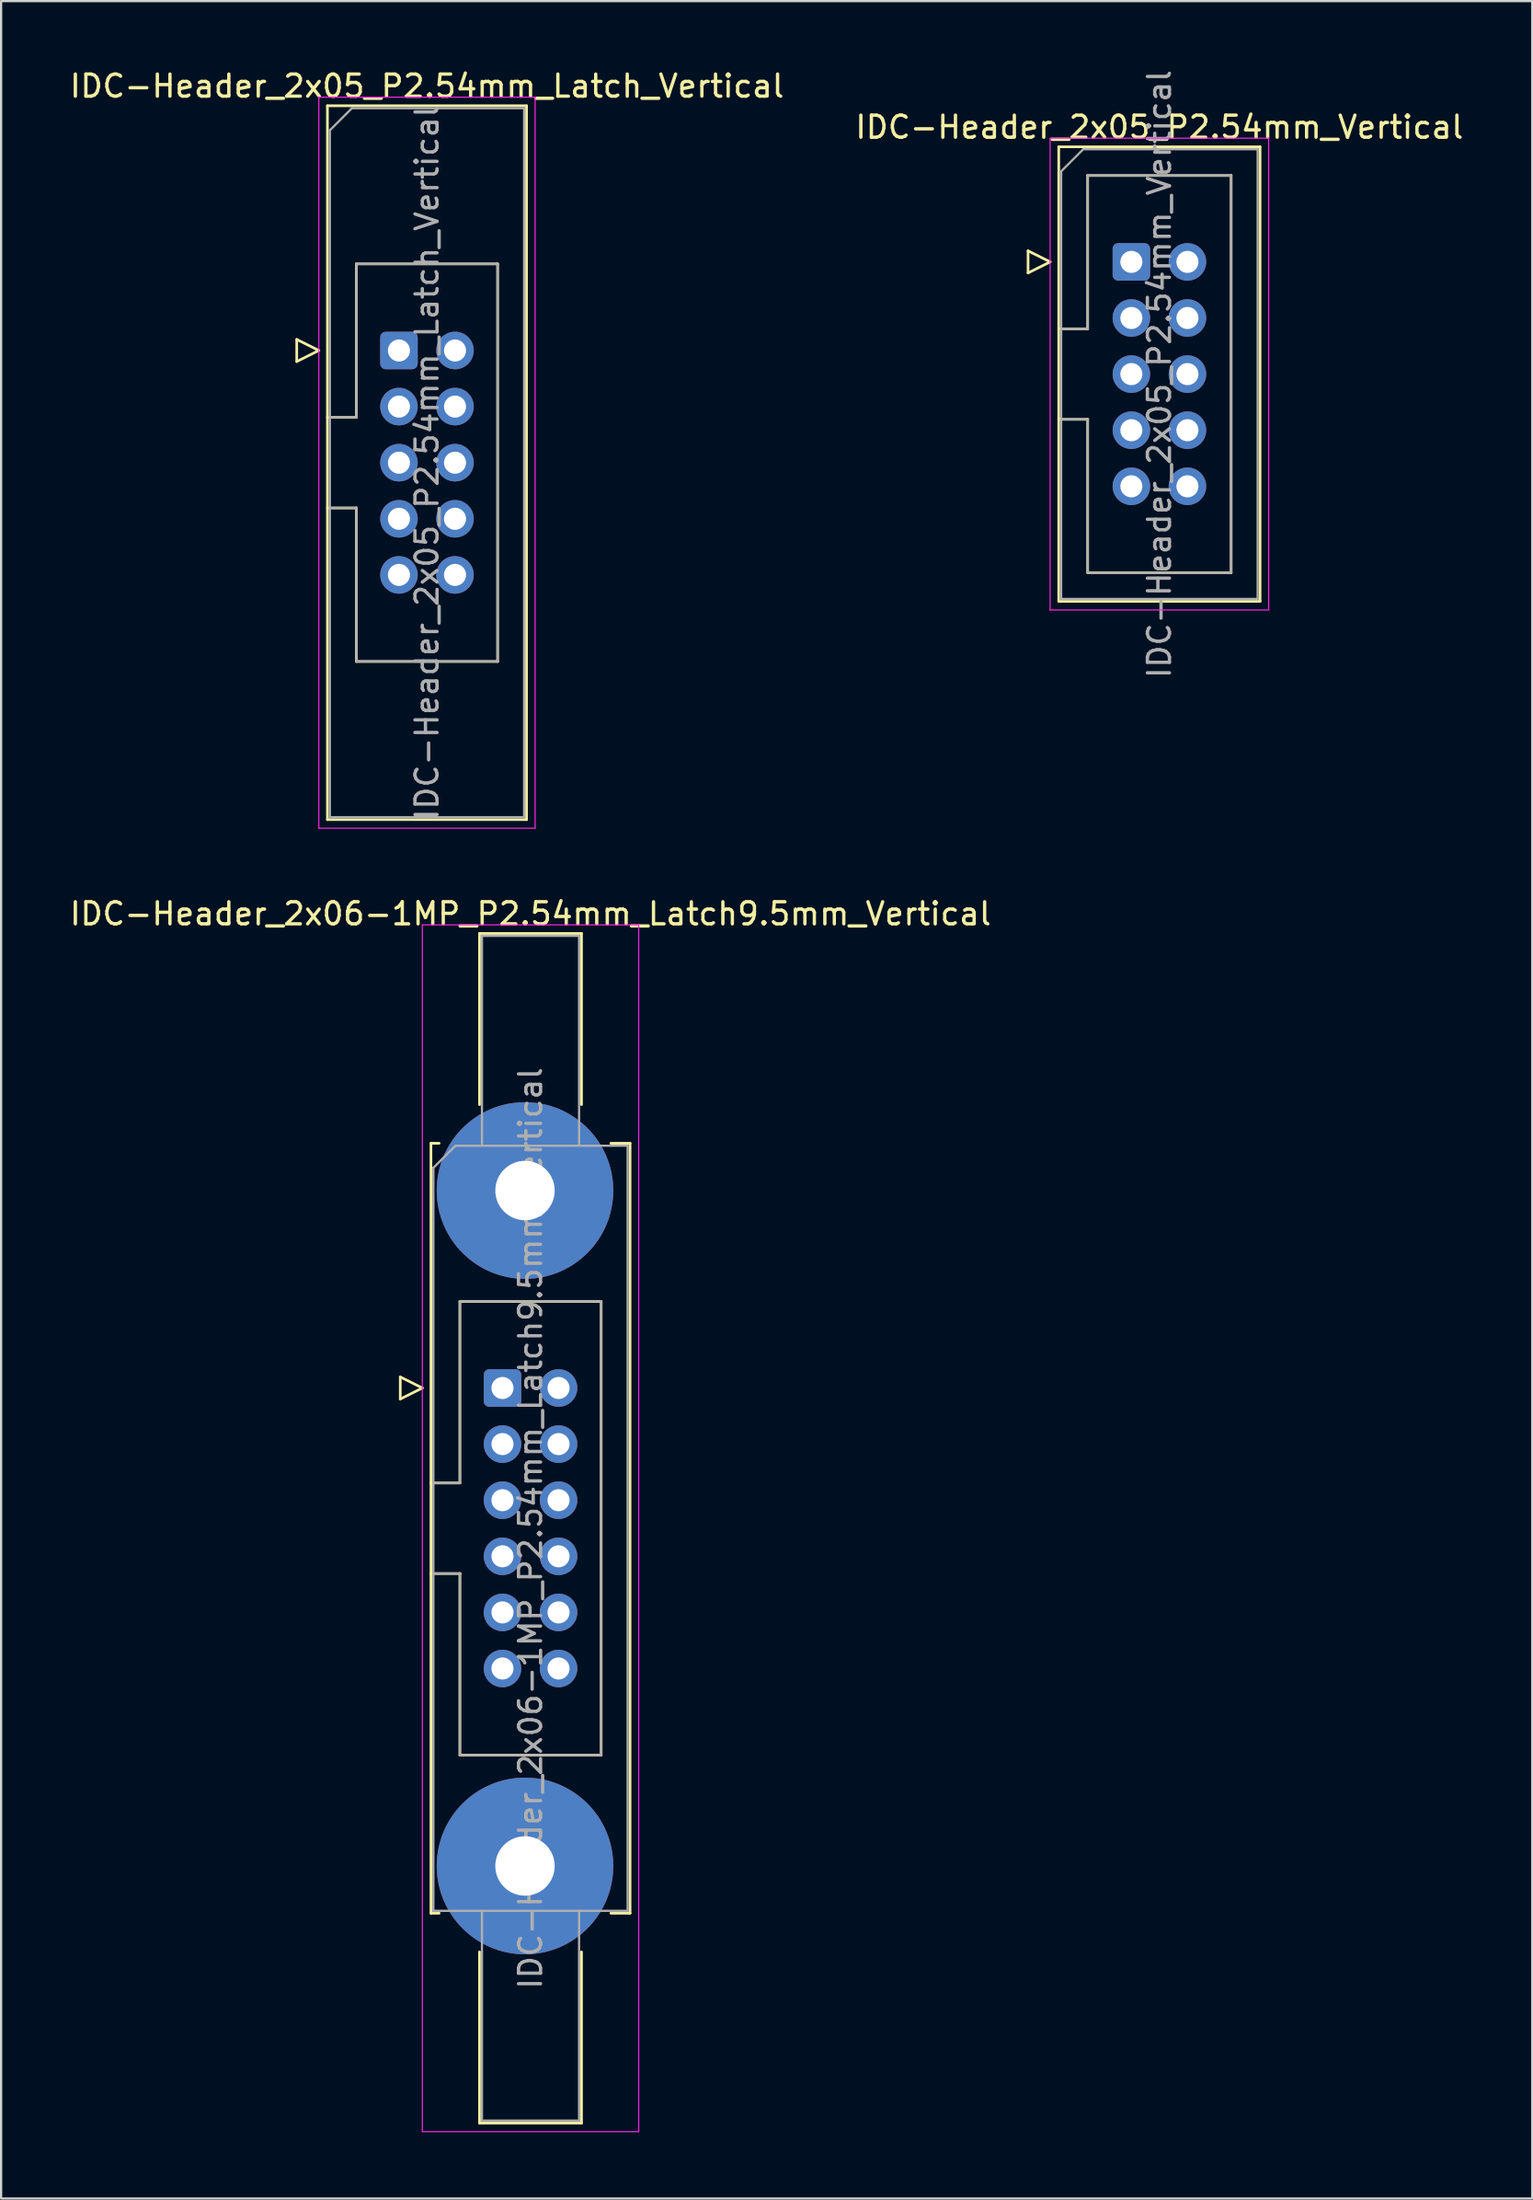
<source format=kicad_pcb>
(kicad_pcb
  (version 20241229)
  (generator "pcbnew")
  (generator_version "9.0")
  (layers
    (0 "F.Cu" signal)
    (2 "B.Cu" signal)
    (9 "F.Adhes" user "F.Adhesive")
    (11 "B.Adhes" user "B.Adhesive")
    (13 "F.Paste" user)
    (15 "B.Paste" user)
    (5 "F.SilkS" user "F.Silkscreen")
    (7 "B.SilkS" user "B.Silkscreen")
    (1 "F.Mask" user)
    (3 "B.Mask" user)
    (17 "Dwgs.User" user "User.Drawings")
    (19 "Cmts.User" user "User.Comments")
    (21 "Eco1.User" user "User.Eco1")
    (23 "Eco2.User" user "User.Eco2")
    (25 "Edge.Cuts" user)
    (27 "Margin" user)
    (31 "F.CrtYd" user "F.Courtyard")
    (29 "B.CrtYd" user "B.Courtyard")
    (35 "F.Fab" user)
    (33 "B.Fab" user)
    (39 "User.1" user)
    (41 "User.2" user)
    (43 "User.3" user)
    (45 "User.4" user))
  (footprint "IDC-Header_2x06-1MP_P2.54mm_Latch9.5mm_Vertical"
    (layer "F.Cu")
    (at 19.712 59.791)
    (property "Reference" "IDC-Header_2x06-1MP_P2.54mm_Latch9.5mm_Vertical" (at 1.27 -21.47 0) (layer "F.SilkS") (effects (font (size 1 1) (thickness 0.15))))
    (attr through_hole)
    (fp_line (start -4.63 -0.5) (end -4.63 0.5) (stroke (width 0.12) (type solid)) (layer "F.SilkS"))
    (fp_line (start -4.63 0.5) (end -3.63 0) (stroke (width 0.12) (type solid)) (layer "F.SilkS"))
    (fp_line (start -3.63 0) (end -4.63 -0.5) (stroke (width 0.12) (type solid)) (layer "F.SilkS"))
    (fp_line (start -3.24 -11.08) (end -3.24 23.78) (stroke (width 0.12) (type solid)) (layer "F.SilkS"))
    (fp_line (start -3.24 4.3) (end -1.93 4.3) (stroke (width 0.12) (type solid)) (layer "F.SilkS"))
    (fp_line (start -3.24 23.78) (end -2.87 23.78) (stroke (width 0.12) (type solid)) (layer "F.SilkS"))
    (fp_line (start -2.87 -11.08) (end -3.24 -11.08) (stroke (width 0.12) (type solid)) (layer "F.SilkS"))
    (fp_line (start -1.93 -3.92) (end 4.47 -3.92) (stroke (width 0.12) (type solid)) (layer "F.SilkS"))
    (fp_line (start -1.93 4.3) (end -1.93 -3.92) (stroke (width 0.12) (type solid)) (layer "F.SilkS"))
    (fp_line (start -1.93 8.4) (end -3.24 8.4) (stroke (width 0.12) (type solid)) (layer "F.SilkS"))
    (fp_line (start -1.93 8.4) (end -1.93 8.4) (stroke (width 0.12) (type solid)) (layer "F.SilkS"))
    (fp_line (start -1.93 16.62) (end -1.93 8.4) (stroke (width 0.12) (type solid)) (layer "F.SilkS"))
    (fp_line (start -1.04 -20.58) (end 3.58 -20.58) (stroke (width 0.12) (type solid)) (layer "F.SilkS"))
    (fp_line (start -1.04 -12.83) (end -1.04 -20.58) (stroke (width 0.12) (type solid)) (layer "F.SilkS"))
    (fp_line (start -1.04 25.53) (end -1.04 33.28) (stroke (width 0.12) (type solid)) (layer "F.SilkS"))
    (fp_line (start -1.04 33.28) (end 3.58 33.28) (stroke (width 0.12) (type solid)) (layer "F.SilkS"))
    (fp_line (start 3.58 -20.58) (end 3.58 -12.83) (stroke (width 0.12) (type solid)) (layer "F.SilkS"))
    (fp_line (start 3.58 33.28) (end 3.58 25.53) (stroke (width 0.12) (type solid)) (layer "F.SilkS"))
    (fp_line (start 4.47 -3.92) (end 4.47 16.62) (stroke (width 0.12) (type solid)) (layer "F.SilkS"))
    (fp_line (start 4.47 16.62) (end -1.93 16.62) (stroke (width 0.12) (type solid)) (layer "F.SilkS"))
    (fp_line (start 4.91 -11.08) (end 5.78 -11.08) (stroke (width 0.12) (type solid)) (layer "F.SilkS"))
    (fp_line (start 5.78 -11.08) (end 5.78 23.78) (stroke (width 0.12) (type solid)) (layer "F.SilkS"))
    (fp_line (start 5.78 23.78) (end 4.91 23.78) (stroke (width 0.12) (type solid)) (layer "F.SilkS"))
    (fp_line (start -3.63 -20.97) (end -3.63 33.67) (stroke (width 0.05) (type solid)) (layer "F.CrtYd"))
    (fp_line (start -3.63 33.67) (end 6.17 33.67) (stroke (width 0.05) (type solid)) (layer "F.CrtYd"))
    (fp_line (start 6.17 -20.97) (end -3.63 -20.97) (stroke (width 0.05) (type solid)) (layer "F.CrtYd"))
    (fp_line (start 6.17 33.67) (end 6.17 -20.97) (stroke (width 0.05) (type solid)) (layer "F.CrtYd"))
    (fp_line (start -3.13 -9.97) (end -2.13 -10.97) (stroke (width 0.1) (type solid)) (layer "F.Fab"))
    (fp_line (start -3.13 4.3) (end -1.93 4.3) (stroke (width 0.1) (type solid)) (layer "F.Fab"))
    (fp_line (start -3.13 23.67) (end -3.13 -9.97) (stroke (width 0.1) (type solid)) (layer "F.Fab"))
    (fp_line (start -2.13 -10.97) (end 5.67 -10.97) (stroke (width 0.1) (type solid)) (layer "F.Fab"))
    (fp_line (start -1.93 -3.92) (end 4.47 -3.92) (stroke (width 0.1) (type solid)) (layer "F.Fab"))
    (fp_line (start -1.93 4.3) (end -1.93 -3.92) (stroke (width 0.1) (type solid)) (layer "F.Fab"))
    (fp_line (start -1.93 8.4) (end -3.13 8.4) (stroke (width 0.1) (type solid)) (layer "F.Fab"))
    (fp_line (start -1.93 8.4) (end -1.93 8.4) (stroke (width 0.1) (type solid)) (layer "F.Fab"))
    (fp_line (start -1.93 16.62) (end -1.93 8.4) (stroke (width 0.1) (type solid)) (layer "F.Fab"))
    (fp_line (start -0.93 -20.47) (end 3.47 -20.47) (stroke (width 0.1) (type solid)) (layer "F.Fab"))
    (fp_line (start -0.93 -10.97) (end -0.93 -20.47) (stroke (width 0.1) (type solid)) (layer "F.Fab"))
    (fp_line (start -0.93 23.67) (end -0.93 33.17) (stroke (width 0.1) (type solid)) (layer "F.Fab"))
    (fp_line (start -0.93 33.17) (end 3.47 33.17) (stroke (width 0.1) (type solid)) (layer "F.Fab"))
    (fp_line (start 3.47 -20.47) (end 3.47 -10.97) (stroke (width 0.1) (type solid)) (layer "F.Fab"))
    (fp_line (start 3.47 33.17) (end 3.47 23.67) (stroke (width 0.1) (type solid)) (layer "F.Fab"))
    (fp_line (start 4.47 -3.92) (end 4.47 16.62) (stroke (width 0.1) (type solid)) (layer "F.Fab"))
    (fp_line (start 4.47 16.62) (end -1.93 16.62) (stroke (width 0.1) (type solid)) (layer "F.Fab"))
    (fp_line (start 5.67 -10.97) (end 5.67 23.67) (stroke (width 0.1) (type solid)) (layer "F.Fab"))
    (fp_line (start 5.67 23.67) (end -3.13 23.67) (stroke (width 0.1) (type solid)) (layer "F.Fab"))
    (fp_text user "${REFERENCE}" (at 1.27 6.35 90) (layer "F.Fab") (effects (font (size 1 1) (thickness 0.15))))
    (pad "1" thru_hole roundrect (at 0 0) (size 1.7 1.7) (drill 1) (layers "*.Cu" "*.Mask") (roundrect_rratio 0.147))
    (pad "2" thru_hole circle (at 2.54 0) (size 1.7 1.7) (drill 1) (layers "*.Cu" "*.Mask"))
    (pad "3" thru_hole circle (at 0 2.54) (size 1.7 1.7) (drill 1) (layers "*.Cu" "*.Mask"))
    (pad "4" thru_hole circle (at 2.54 2.54) (size 1.7 1.7) (drill 1) (layers "*.Cu" "*.Mask"))
    (pad "5" thru_hole circle (at 0 5.08) (size 1.7 1.7) (drill 1) (layers "*.Cu" "*.Mask"))
    (pad "6" thru_hole circle (at 2.54 5.08) (size 1.7 1.7) (drill 1) (layers "*.Cu" "*.Mask"))
    (pad "7" thru_hole circle (at 0 7.62) (size 1.7 1.7) (drill 1) (layers "*.Cu" "*.Mask"))
    (pad "8" thru_hole circle (at 2.54 7.62) (size 1.7 1.7) (drill 1) (layers "*.Cu" "*.Mask"))
    (pad "9" thru_hole circle (at 0 10.16) (size 1.7 1.7) (drill 1) (layers "*.Cu" "*.Mask"))
    (pad "10" thru_hole circle (at 2.54 10.16) (size 1.7 1.7) (drill 1) (layers "*.Cu" "*.Mask"))
    (pad "11" thru_hole circle (at 0 12.7) (size 1.7 1.7) (drill 1) (layers "*.Cu" "*.Mask"))
    (pad "12" thru_hole circle (at 2.54 12.7) (size 1.7 1.7) (drill 1) (layers "*.Cu" "*.Mask"))
    (pad "MP" thru_hole circle (at 1.02 -8.94) (size 8 8) (drill 2.69) (layers "*.Cu" "*.Mask"))
    (pad "MP" thru_hole circle (at 1.02 21.64) (size 8 8) (drill 2.69) (layers "*.Cu" "*.Mask")))
  (footprint "IDC-Header_2x05_P2.54mm_Vertical"
    (layer "F.Cu")
    (at 48.2 8.807)
    (property "Reference" "IDC-Header_2x05_P2.54mm_Vertical" (at 1.27 -6.1 0) (layer "F.SilkS") (effects (font (size 1 1) (thickness 0.15))))
    (attr through_hole)
    (fp_line (start -4.68 -0.5) (end -4.68 0.5) (stroke (width 0.12) (type solid)) (layer "F.SilkS"))
    (fp_line (start -4.68 0.5) (end -3.68 0) (stroke (width 0.12) (type solid)) (layer "F.SilkS"))
    (fp_line (start -3.68 0) (end -4.68 -0.5) (stroke (width 0.12) (type solid)) (layer "F.SilkS"))
    (fp_line (start -3.29 -5.21) (end 5.83 -5.21) (stroke (width 0.12) (type solid)) (layer "F.SilkS"))
    (fp_line (start -3.29 3.03) (end -1.98 3.03) (stroke (width 0.12) (type solid)) (layer "F.SilkS"))
    (fp_line (start -3.29 15.37) (end -3.29 -5.21) (stroke (width 0.12) (type solid)) (layer "F.SilkS"))
    (fp_line (start -1.98 -3.91) (end 4.52 -3.91) (stroke (width 0.12) (type solid)) (layer "F.SilkS"))
    (fp_line (start -1.98 3.03) (end -1.98 -3.91) (stroke (width 0.12) (type solid)) (layer "F.SilkS"))
    (fp_line (start -1.98 7.13) (end -3.29 7.13) (stroke (width 0.12) (type solid)) (layer "F.SilkS"))
    (fp_line (start -1.98 7.13) (end -1.98 7.13) (stroke (width 0.12) (type solid)) (layer "F.SilkS"))
    (fp_line (start -1.98 14.07) (end -1.98 7.13) (stroke (width 0.12) (type solid)) (layer "F.SilkS"))
    (fp_line (start 4.52 -3.91) (end 4.52 14.07) (stroke (width 0.12) (type solid)) (layer "F.SilkS"))
    (fp_line (start 4.52 14.07) (end -1.98 14.07) (stroke (width 0.12) (type solid)) (layer "F.SilkS"))
    (fp_line (start 5.83 -5.21) (end 5.83 15.37) (stroke (width 0.12) (type solid)) (layer "F.SilkS"))
    (fp_line (start 5.83 15.37) (end -3.29 15.37) (stroke (width 0.12) (type solid)) (layer "F.SilkS"))
    (fp_line (start -3.68 -5.6) (end -3.68 15.76) (stroke (width 0.05) (type solid)) (layer "F.CrtYd"))
    (fp_line (start -3.68 15.76) (end 6.22 15.76) (stroke (width 0.05) (type solid)) (layer "F.CrtYd"))
    (fp_line (start 6.22 -5.6) (end -3.68 -5.6) (stroke (width 0.05) (type solid)) (layer "F.CrtYd"))
    (fp_line (start 6.22 15.76) (end 6.22 -5.6) (stroke (width 0.05) (type solid)) (layer "F.CrtYd"))
    (fp_line (start -3.18 -4.1) (end -2.18 -5.1) (stroke (width 0.1) (type solid)) (layer "F.Fab"))
    (fp_line (start -3.18 3.03) (end -1.98 3.03) (stroke (width 0.1) (type solid)) (layer "F.Fab"))
    (fp_line (start -3.18 15.26) (end -3.18 -4.1) (stroke (width 0.1) (type solid)) (layer "F.Fab"))
    (fp_line (start -2.18 -5.1) (end 5.72 -5.1) (stroke (width 0.1) (type solid)) (layer "F.Fab"))
    (fp_line (start -1.98 -3.91) (end 4.52 -3.91) (stroke (width 0.1) (type solid)) (layer "F.Fab"))
    (fp_line (start -1.98 3.03) (end -1.98 -3.91) (stroke (width 0.1) (type solid)) (layer "F.Fab"))
    (fp_line (start -1.98 7.13) (end -3.18 7.13) (stroke (width 0.1) (type solid)) (layer "F.Fab"))
    (fp_line (start -1.98 7.13) (end -1.98 7.13) (stroke (width 0.1) (type solid)) (layer "F.Fab"))
    (fp_line (start -1.98 14.07) (end -1.98 7.13) (stroke (width 0.1) (type solid)) (layer "F.Fab"))
    (fp_line (start 4.52 -3.91) (end 4.52 14.07) (stroke (width 0.1) (type solid)) (layer "F.Fab"))
    (fp_line (start 4.52 14.07) (end -1.98 14.07) (stroke (width 0.1) (type solid)) (layer "F.Fab"))
    (fp_line (start 5.72 -5.1) (end 5.72 15.26) (stroke (width 0.1) (type solid)) (layer "F.Fab"))
    (fp_line (start 5.72 15.26) (end -3.18 15.26) (stroke (width 0.1) (type solid)) (layer "F.Fab"))
    (fp_text user "${REFERENCE}" (at 1.27 5.08 90) (layer "F.Fab") (effects (font (size 1 1) (thickness 0.15))))
    (pad "1" thru_hole roundrect (at 0 0) (size 1.7 1.7) (drill 1) (layers "*.Cu" "*.Mask") (roundrect_rratio 0.147))
    (pad "2" thru_hole circle (at 2.54 0) (size 1.7 1.7) (drill 1) (layers "*.Cu" "*.Mask"))
    (pad "3" thru_hole circle (at 0 2.54) (size 1.7 1.7) (drill 1) (layers "*.Cu" "*.Mask"))
    (pad "4" thru_hole circle (at 2.54 2.54) (size 1.7 1.7) (drill 1) (layers "*.Cu" "*.Mask"))
    (pad "5" thru_hole circle (at 0 5.08) (size 1.7 1.7) (drill 1) (layers "*.Cu" "*.Mask"))
    (pad "6" thru_hole circle (at 2.54 5.08) (size 1.7 1.7) (drill 1) (layers "*.Cu" "*.Mask"))
    (pad "7" thru_hole circle (at 0 7.62) (size 1.7 1.7) (drill 1) (layers "*.Cu" "*.Mask"))
    (pad "8" thru_hole circle (at 2.54 7.62) (size 1.7 1.7) (drill 1) (layers "*.Cu" "*.Mask"))
    (pad "9" thru_hole circle (at 0 10.16) (size 1.7 1.7) (drill 1) (layers "*.Cu" "*.Mask"))
    (pad "10" thru_hole circle (at 2.54 10.16) (size 1.7 1.7) (drill 1) (layers "*.Cu" "*.Mask")))
  (footprint "IDC-Header_2x05_P2.54mm_Latch_Vertical"
    (layer "F.Cu")
    (at 15.022 12.818)
    (property "Reference" "IDC-Header_2x05_P2.54mm_Latch_Vertical" (at 1.27 -11.97 0) (layer "F.SilkS") (effects (font (size 1 1) (thickness 0.15))))
    (attr through_hole)
    (fp_line (start -4.63 -0.5) (end -4.63 0.5) (stroke (width 0.12) (type solid)) (layer "F.SilkS"))
    (fp_line (start -4.63 0.5) (end -3.63 0) (stroke (width 0.12) (type solid)) (layer "F.SilkS"))
    (fp_line (start -3.63 0) (end -4.63 -0.5) (stroke (width 0.12) (type solid)) (layer "F.SilkS"))
    (fp_line (start -3.24 -11.08) (end 5.78 -11.08) (stroke (width 0.12) (type solid)) (layer "F.SilkS"))
    (fp_line (start -3.24 3.03) (end -1.93 3.03) (stroke (width 0.12) (type solid)) (layer "F.SilkS"))
    (fp_line (start -3.24 21.24) (end -3.24 -11.08) (stroke (width 0.12) (type solid)) (layer "F.SilkS"))
    (fp_line (start -1.93 -3.92) (end 4.47 -3.92) (stroke (width 0.12) (type solid)) (layer "F.SilkS"))
    (fp_line (start -1.93 3.03) (end -1.93 -3.92) (stroke (width 0.12) (type solid)) (layer "F.SilkS"))
    (fp_line (start -1.93 7.13) (end -3.24 7.13) (stroke (width 0.12) (type solid)) (layer "F.SilkS"))
    (fp_line (start -1.93 7.13) (end -1.93 7.13) (stroke (width 0.12) (type solid)) (layer "F.SilkS"))
    (fp_line (start -1.93 14.08) (end -1.93 7.13) (stroke (width 0.12) (type solid)) (layer "F.SilkS"))
    (fp_line (start 4.47 -3.92) (end 4.47 14.08) (stroke (width 0.12) (type solid)) (layer "F.SilkS"))
    (fp_line (start 4.47 14.08) (end -1.93 14.08) (stroke (width 0.12) (type solid)) (layer "F.SilkS"))
    (fp_line (start 5.78 -11.08) (end 5.78 21.24) (stroke (width 0.12) (type solid)) (layer "F.SilkS"))
    (fp_line (start 5.78 21.24) (end -3.24 21.24) (stroke (width 0.12) (type solid)) (layer "F.SilkS"))
    (fp_line (start -3.63 -11.47) (end -3.63 21.63) (stroke (width 0.05) (type solid)) (layer "F.CrtYd"))
    (fp_line (start -3.63 21.63) (end 6.17 21.63) (stroke (width 0.05) (type solid)) (layer "F.CrtYd"))
    (fp_line (start 6.17 -11.47) (end -3.63 -11.47) (stroke (width 0.05) (type solid)) (layer "F.CrtYd"))
    (fp_line (start 6.17 21.63) (end 6.17 -11.47) (stroke (width 0.05) (type solid)) (layer "F.CrtYd"))
    (fp_line (start -3.13 -9.97) (end -2.13 -10.97) (stroke (width 0.1) (type solid)) (layer "F.Fab"))
    (fp_line (start -3.13 3.03) (end -1.93 3.03) (stroke (width 0.1) (type solid)) (layer "F.Fab"))
    (fp_line (start -3.13 21.13) (end -3.13 -9.97) (stroke (width 0.1) (type solid)) (layer "F.Fab"))
    (fp_line (start -2.13 -10.97) (end 5.67 -10.97) (stroke (width 0.1) (type solid)) (layer "F.Fab"))
    (fp_line (start -1.93 -3.92) (end 4.47 -3.92) (stroke (width 0.1) (type solid)) (layer "F.Fab"))
    (fp_line (start -1.93 3.03) (end -1.93 -3.92) (stroke (width 0.1) (type solid)) (layer "F.Fab"))
    (fp_line (start -1.93 7.13) (end -3.13 7.13) (stroke (width 0.1) (type solid)) (layer "F.Fab"))
    (fp_line (start -1.93 7.13) (end -1.93 7.13) (stroke (width 0.1) (type solid)) (layer "F.Fab"))
    (fp_line (start -1.93 14.08) (end -1.93 7.13) (stroke (width 0.1) (type solid)) (layer "F.Fab"))
    (fp_line (start 4.47 -3.92) (end 4.47 14.08) (stroke (width 0.1) (type solid)) (layer "F.Fab"))
    (fp_line (start 4.47 14.08) (end -1.93 14.08) (stroke (width 0.1) (type solid)) (layer "F.Fab"))
    (fp_line (start 5.67 -10.97) (end 5.67 21.13) (stroke (width 0.1) (type solid)) (layer "F.Fab"))
    (fp_line (start 5.67 21.13) (end -3.13 21.13) (stroke (width 0.1) (type solid)) (layer "F.Fab"))
    (fp_text user "${REFERENCE}" (at 1.27 5.08 90) (layer "F.Fab") (effects (font (size 1 1) (thickness 0.15))))
    (pad "1" thru_hole roundrect (at 0 0) (size 1.7 1.7) (drill 1) (layers "*.Cu" "*.Mask") (roundrect_rratio 0.147))
    (pad "2" thru_hole circle (at 2.54 0) (size 1.7 1.7) (drill 1) (layers "*.Cu" "*.Mask"))
    (pad "3" thru_hole circle (at 0 2.54) (size 1.7 1.7) (drill 1) (layers "*.Cu" "*.Mask"))
    (pad "4" thru_hole circle (at 2.54 2.54) (size 1.7 1.7) (drill 1) (layers "*.Cu" "*.Mask"))
    (pad "5" thru_hole circle (at 0 5.08) (size 1.7 1.7) (drill 1) (layers "*.Cu" "*.Mask"))
    (pad "6" thru_hole circle (at 2.54 5.08) (size 1.7 1.7) (drill 1) (layers "*.Cu" "*.Mask"))
    (pad "7" thru_hole circle (at 0 7.62) (size 1.7 1.7) (drill 1) (layers "*.Cu" "*.Mask"))
    (pad "8" thru_hole circle (at 2.54 7.62) (size 1.7 1.7) (drill 1) (layers "*.Cu" "*.Mask"))
    (pad "9" thru_hole circle (at 0 10.16) (size 1.7 1.7) (drill 1) (layers "*.Cu" "*.Mask"))
    (pad "10" thru_hole circle (at 2.54 10.16) (size 1.7 1.7) (drill 1) (layers "*.Cu" "*.Mask")))
  (gr_rect
    (start -3 -3)
    (end 66.357 96.487)
    (stroke (width 0.1) (type default))
    (fill no)
    (layer "Edge.Cuts")))
</source>
